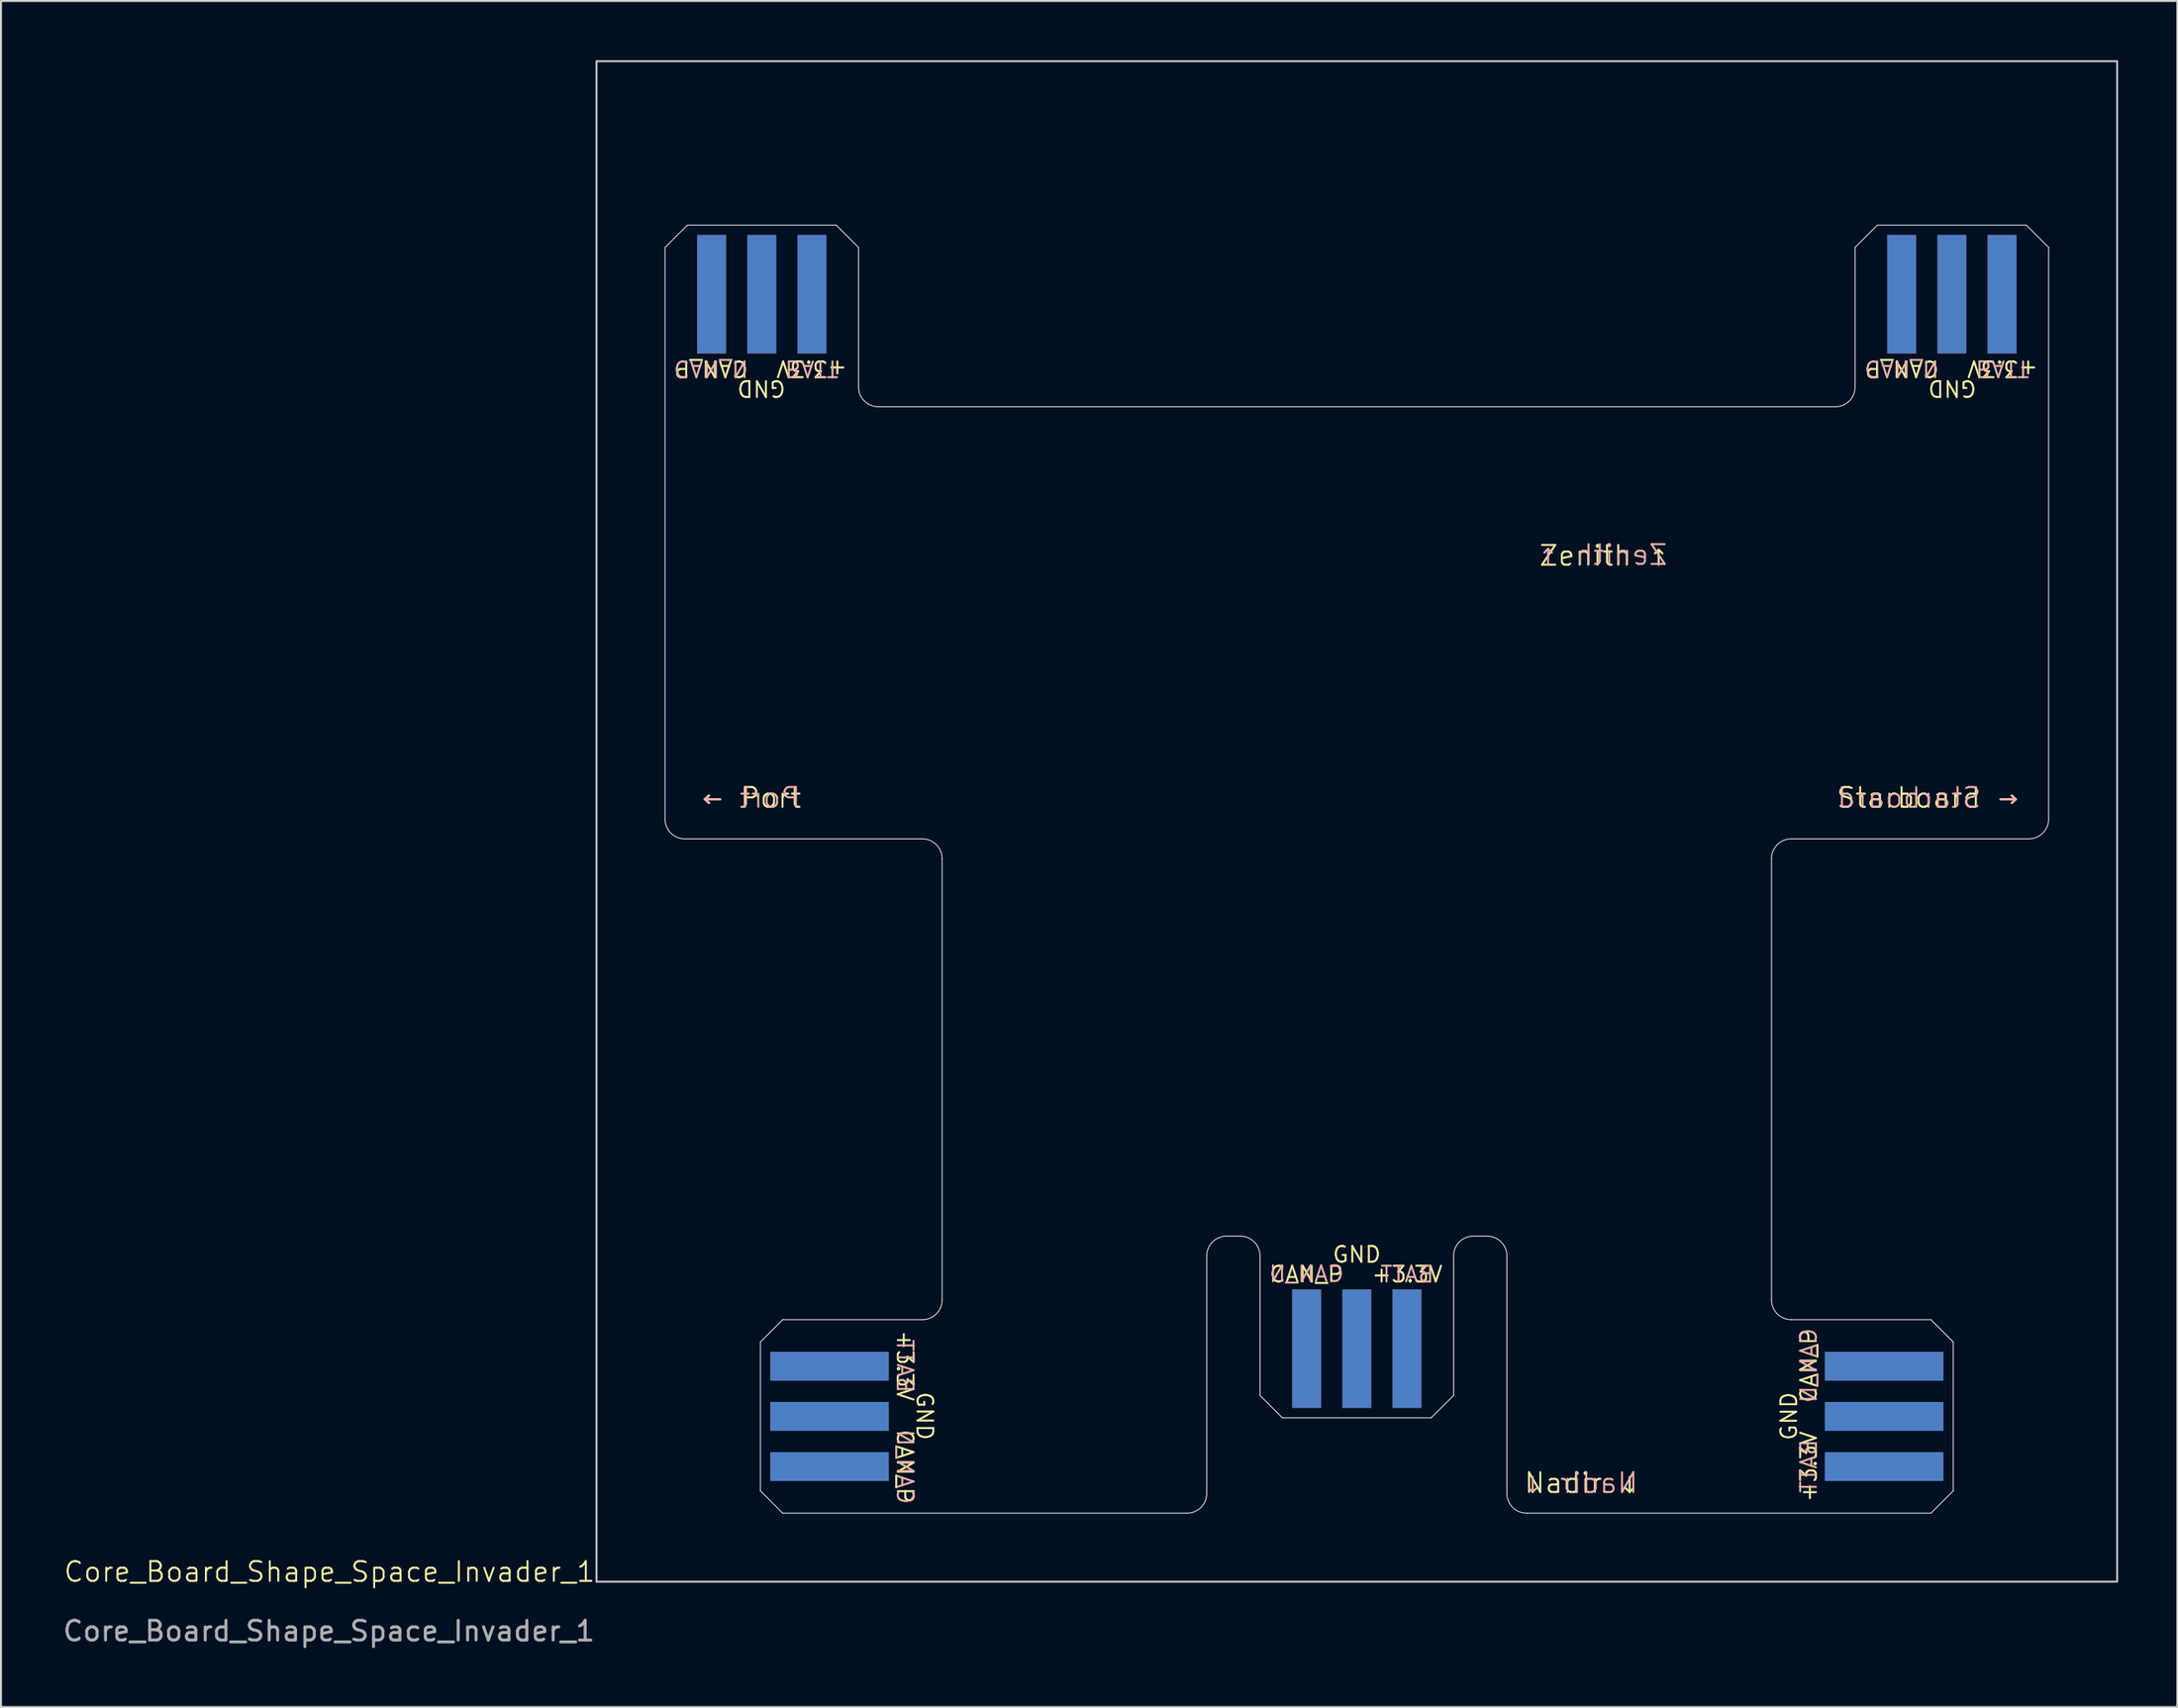
<source format=kicad_pcb>
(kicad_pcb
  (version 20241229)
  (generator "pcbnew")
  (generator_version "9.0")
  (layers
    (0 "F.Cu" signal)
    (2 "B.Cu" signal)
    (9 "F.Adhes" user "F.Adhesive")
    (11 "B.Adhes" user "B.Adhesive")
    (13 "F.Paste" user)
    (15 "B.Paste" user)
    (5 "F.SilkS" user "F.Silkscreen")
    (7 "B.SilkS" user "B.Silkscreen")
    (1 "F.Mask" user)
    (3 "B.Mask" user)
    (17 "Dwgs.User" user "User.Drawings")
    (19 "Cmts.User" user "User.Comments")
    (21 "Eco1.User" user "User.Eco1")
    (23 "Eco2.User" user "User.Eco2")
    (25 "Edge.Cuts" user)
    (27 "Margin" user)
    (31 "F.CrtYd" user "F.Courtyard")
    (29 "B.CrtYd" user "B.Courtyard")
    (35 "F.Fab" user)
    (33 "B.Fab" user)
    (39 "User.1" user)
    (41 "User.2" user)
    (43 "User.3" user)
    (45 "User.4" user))
  (footprint "Core_Board_Shape_Space_Invader_1"
    (layer "F.Cu")
    (at 27.155 77.05)
    (property "Reference" "Core_Board_Shape_Space_Invader_1" (at 0 -0.5 0) (unlocked yes) (layer "F.SilkS") (effects (font (size 1 1) (thickness 0.1)) (justify right)))
    (attr smd)
    (fp_rect (start 0 0) (end 77 -77) (stroke (width 0.1) (type default)) (fill no) (layer "Dwgs.User"))
    (fp_line (start 3.47 -67.57) (end 3.47 -38.62) (stroke (width 0.05) (type default)) (layer "Edge.Cuts"))
    (fp_line (start 4.47 -37.62) (end 16.5 -37.62) (stroke (width 0.05) (type default)) (layer "Edge.Cuts"))
    (fp_line (start 4.6 -68.7) (end 3.47 -67.57) (stroke (width 0.05) (type default)) (layer "Edge.Cuts"))
    (fp_line (start 8.3 -12.14) (end 8.3 -4.6) (stroke (width 0.05) (type default)) (layer "Edge.Cuts"))
    (fp_line (start 8.3 -12.14) (end 9.43 -13.27) (stroke (width 0.05) (type default)) (layer "Edge.Cuts"))
    (fp_line (start 9.43 -3.47) (end 8.3 -4.6) (stroke (width 0.05) (type default)) (layer "Edge.Cuts"))
    (fp_line (start 9.43 -3.47) (end 29.9 -3.47) (stroke (width 0.05) (type default)) (layer "Edge.Cuts"))
    (fp_line (start 12.14 -68.7) (end 4.6 -68.7) (stroke (width 0.05) (type default)) (layer "Edge.Cuts"))
    (fp_line (start 12.14 -68.7) (end 13.27 -67.57) (stroke (width 0.05) (type default)) (layer "Edge.Cuts"))
    (fp_line (start 13.27 -60.5) (end 13.27 -67.57) (stroke (width 0.05) (type default)) (layer "Edge.Cuts"))
    (fp_line (start 16.5 -13.27) (end 9.43 -13.27) (stroke (width 0.05) (type default)) (layer "Edge.Cuts"))
    (fp_line (start 17.5 -36.62) (end 17.5 -14.27) (stroke (width 0.05) (type default)) (layer "Edge.Cuts"))
    (fp_line (start 30.9 -4.47) (end 30.9 -16.5) (stroke (width 0.05) (type default)) (layer "Edge.Cuts"))
    (fp_line (start 31.9 -17.5) (end 32.6 -17.5) (stroke (width 0.05) (type default)) (layer "Edge.Cuts"))
    (fp_line (start 33.6 -16.5) (end 33.6 -9.43) (stroke (width 0.05) (type default)) (layer "Edge.Cuts"))
    (fp_line (start 34.73 -8.3) (end 33.6 -9.43) (stroke (width 0.05) (type default)) (layer "Edge.Cuts"))
    (fp_line (start 34.73 -8.3) (end 42.26 -8.3) (stroke (width 0.05) (type default)) (layer "Edge.Cuts"))
    (fp_line (start 43.4 -9.43) (end 42.26 -8.3) (stroke (width 0.05) (type default)) (layer "Edge.Cuts"))
    (fp_line (start 43.4 -9.43) (end 43.4 -16.5) (stroke (width 0.05) (type default)) (layer "Edge.Cuts"))
    (fp_line (start 44.4 -17.5) (end 45.1 -17.5) (stroke (width 0.05) (type default)) (layer "Edge.Cuts"))
    (fp_line (start 46.1 -16.5) (end 46.1 -4.47) (stroke (width 0.05) (type default)) (layer "Edge.Cuts"))
    (fp_line (start 47.1 -3.47) (end 67.57 -3.47) (stroke (width 0.05) (type default)) (layer "Edge.Cuts"))
    (fp_line (start 59.5 -14.27) (end 59.5 -36.62) (stroke (width 0.05) (type default)) (layer "Edge.Cuts"))
    (fp_line (start 60.5 -37.62) (end 72.53 -37.62) (stroke (width 0.05) (type default)) (layer "Edge.Cuts"))
    (fp_line (start 62.73 -59.5) (end 14.27 -59.5) (stroke (width 0.05) (type default)) (layer "Edge.Cuts"))
    (fp_line (start 63.73 -67.57) (end 63.73 -60.5) (stroke (width 0.05) (type default)) (layer "Edge.Cuts"))
    (fp_line (start 64.86 -68.7) (end 63.73 -67.57) (stroke (width 0.05) (type default)) (layer "Edge.Cuts"))
    (fp_line (start 67.57 -13.27) (end 60.5 -13.27) (stroke (width 0.05) (type default)) (layer "Edge.Cuts"))
    (fp_line (start 68.7 -12.14) (end 67.57 -13.27) (stroke (width 0.05) (type default)) (layer "Edge.Cuts"))
    (fp_line (start 68.7 -4.6) (end 67.57 -3.47) (stroke (width 0.05) (type default)) (layer "Edge.Cuts"))
    (fp_line (start 68.7 -4.6) (end 68.7 -12.14) (stroke (width 0.05) (type default)) (layer "Edge.Cuts"))
    (fp_line (start 72.4 -68.7) (end 64.86 -68.7) (stroke (width 0.05) (type default)) (layer "Edge.Cuts"))
    (fp_line (start 72.4 -68.7) (end 73.53 -67.57) (stroke (width 0.05) (type default)) (layer "Edge.Cuts"))
    (fp_line (start 73.53 -38.62) (end 73.53 -67.57) (stroke (width 0.05) (type default)) (layer "Edge.Cuts"))
    (fp_arc (start 4.47 -37.62) (mid 3.762893 -37.912893) (end 3.47 -38.62) (stroke (width 0.05) (type default)) (layer "Edge.Cuts"))
    (fp_arc (start 14.27 -59.5) (mid 13.562893 -59.792893) (end 13.27 -60.5) (stroke (width 0.05) (type default)) (layer "Edge.Cuts"))
    (fp_arc (start 16.5 -37.62) (mid 17.207107 -37.327107) (end 17.5 -36.62) (stroke (width 0.05) (type default)) (layer "Edge.Cuts"))
    (fp_arc (start 17.5 -14.27) (mid 17.207107 -13.562893) (end 16.5 -13.27) (stroke (width 0.05) (type default)) (layer "Edge.Cuts"))
    (fp_arc (start 30.9 -16.5) (mid 31.192893 -17.207107) (end 31.9 -17.5) (stroke (width 0.05) (type default)) (layer "Edge.Cuts"))
    (fp_arc (start 30.9 -4.47) (mid 30.607107 -3.762893) (end 29.9 -3.47) (stroke (width 0.05) (type default)) (layer "Edge.Cuts"))
    (fp_arc (start 32.6 -17.5) (mid 33.307107 -17.207107) (end 33.6 -16.5) (stroke (width 0.05) (type default)) (layer "Edge.Cuts"))
    (fp_arc (start 43.4 -16.5) (mid 43.692893 -17.207107) (end 44.4 -17.5) (stroke (width 0.05) (type default)) (layer "Edge.Cuts"))
    (fp_arc (start 45.1 -17.5) (mid 45.807107 -17.207107) (end 46.1 -16.5) (stroke (width 0.05) (type default)) (layer "Edge.Cuts"))
    (fp_arc (start 47.1 -3.47) (mid 46.392893 -3.762893) (end 46.1 -4.47) (stroke (width 0.05) (type default)) (layer "Edge.Cuts"))
    (fp_arc (start 59.5 -36.62) (mid 59.792893 -37.327107) (end 60.5 -37.62) (stroke (width 0.05) (type default)) (layer "Edge.Cuts"))
    (fp_arc (start 60.5 -13.27) (mid 59.792893 -13.562893) (end 59.5 -14.27) (stroke (width 0.05) (type default)) (layer "Edge.Cuts"))
    (fp_arc (start 63.73 -60.5) (mid 63.437107 -59.792893) (end 62.73 -59.5) (stroke (width 0.05) (type default)) (layer "Edge.Cuts"))
    (fp_arc (start 73.53 -38.62) (mid 73.237107 -37.912893) (end 72.53 -37.62) (stroke (width 0.05) (type default)) (layer "Edge.Cuts"))
    (fp_text user "Nadir ↓" (at 53 -5 0) (unlocked yes) (layer "F.SilkS") (effects (font (size 1 1) (thickness 0.1)) (justify right)))
    (fp_text user "CAN_P" (at 61.85 -10.93 90) (unlocked yes) (layer "F.SilkS") (effects (font (size 0.8 0.8) (thickness 0.1)) (justify bottom)))
    (fp_text user "GND" (at 16.15 -8.39 270) (unlocked yes) (layer "F.SilkS") (effects (font (size 0.8 0.8) (thickness 0.1)) (justify bottom)))
    (fp_text user "GND" (at 60.85 -8.38 90) (unlocked yes) (layer "F.SilkS") (effects (font (size 0.8 0.8) (thickness 0.1)) (justify bottom)))
    (fp_text user "Starboard →" (at 72.15 -39.7 0) (unlocked yes) (layer "F.SilkS") (effects (font (size 1 1) (thickness 0.1)) (justify right)))
    (fp_text user "CAN_P" (at 15.15 -5.84 270) (unlocked yes) (layer "F.SilkS") (effects (font (size 0.8 0.8) (thickness 0.1)) (justify bottom)))
    (fp_text user "+3.3V" (at 10.9 -61.9 180) (unlocked yes) (layer "F.SilkS") (effects (font (size 0.8 0.8) (thickness 0.1)) (justify bottom)))
    (fp_text user "Zenith ↑" (at 54.47 -51.96 0) (unlocked yes) (layer "F.SilkS") (effects (font (size 1 1) (thickness 0.1)) (justify right)))
    (fp_text user "+3.3V" (at 15.15 -10.94 270) (unlocked yes) (layer "F.SilkS") (effects (font (size 0.8 0.8) (thickness 0.1)) (justify bottom)))
    (fp_text user "+3.3V" (at 71.2 -61.9 180) (unlocked yes) (layer "F.SilkS") (effects (font (size 0.8 0.8) (thickness 0.1)) (justify bottom)))
    (fp_text user "CAN_P" (at 35.95 -15.1 0) (unlocked yes) (layer "F.SilkS") (effects (font (size 0.8 0.8) (thickness 0.1)) (justify bottom)))
    (fp_text user "CAN_P" (at 66.1 -61.9 180) (unlocked yes) (layer "F.SilkS") (effects (font (size 0.8 0.8) (thickness 0.1)) (justify bottom)))
    (fp_text user "GND" (at 68.65 -60.9 180) (unlocked yes) (layer "F.SilkS") (effects (font (size 0.8 0.8) (thickness 0.1)) (justify bottom)))
    (fp_text user "← Port" (at 5.21 -39.7 0) (unlocked yes) (layer "F.SilkS") (effects (font (size 1 1) (thickness 0.1)) (justify left)))
    (fp_text user "+3.3V" (at 61.85 -5.83 90) (unlocked yes) (layer "F.SilkS") (effects (font (size 0.8 0.8) (thickness 0.1)) (justify bottom)))
    (fp_text user "GND" (at 38.5 -16.1 0) (unlocked yes) (layer "F.SilkS") (effects (font (size 0.8 0.8) (thickness 0.1)) (justify bottom)))
    (fp_text user "GND" (at 8.35 -60.9 180) (unlocked yes) (layer "F.SilkS") (effects (font (size 0.8 0.8) (thickness 0.1)) (justify bottom)))
    (fp_text user "+3.3V" (at 41.05 -15.1 0) (unlocked yes) (layer "F.SilkS") (effects (font (size 0.8 0.8) (thickness 0.1)) (justify bottom)))
    (fp_text user "CAN_P" (at 5.8 -61.9 180) (unlocked yes) (layer "F.SilkS") (effects (font (size 0.8 0.8) (thickness 0.1)) (justify bottom)))
    (fp_text user "CAN_N" (at 15.15 -5.82 270) (unlocked yes) (layer "B.SilkS") (effects (font (size 0.8 0.8) (thickness 0.1)) (justify bottom mirror)))
    (fp_text user "← Starboard" (at 62.76 -39.7 0) (unlocked yes) (layer "B.SilkS") (effects (font (size 1 1) (thickness 0.1)) (justify right mirror)))
    (fp_text user "BATT" (at 41.05 -15.1 0) (unlocked yes) (layer "B.SilkS") (effects (font (size 0.8 0.8) (thickness 0.1)) (justify bottom mirror)))
    (fp_text user "CAN_N" (at 61.85 -10.95 90) (unlocked yes) (layer "B.SilkS") (effects (font (size 0.8 0.8) (thickness 0.1)) (justify bottom mirror)))
    (fp_text user "BATT" (at 71.19 -61.9 180) (unlocked yes) (layer "B.SilkS") (effects (font (size 0.8 0.8) (thickness 0.1)) (justify bottom mirror)))
    (fp_text user "CAN_N" (at 35.95 -15.12 0) (unlocked yes) (layer "B.SilkS") (effects (font (size 0.8 0.8) (thickness 0.1)) (justify bottom mirror)))
    (fp_text user "BATT" (at 10.9 -61.9 180) (unlocked yes) (layer "B.SilkS") (effects (font (size 0.8 0.8) (thickness 0.1)) (justify bottom mirror)))
    (fp_text user "Nadir ↓" (at 46.72 -5 0) (unlocked yes) (layer "B.SilkS") (effects (font (size 1 1) (thickness 0.1)) (justify right mirror)))
    (fp_text user "Zenith ↑" (at 47.5 -52 0) (unlocked yes) (layer "B.SilkS") (effects (font (size 1 1) (thickness 0.1)) (justify right mirror)))
    (fp_text user "CAN_N" (at 5.8 -61.9 180) (unlocked yes) (layer "B.SilkS") (effects (font (size 0.8 0.8) (thickness 0.1)) (justify bottom mirror)))
    (fp_text user "BATT" (at 15.15 -10.92 270) (unlocked yes) (layer "B.SilkS") (effects (font (size 0.8 0.8) (thickness 0.1)) (justify bottom mirror)))
    (fp_text user "CAN_N" (at 66.09 -61.9 180) (unlocked yes) (layer "B.SilkS") (effects (font (size 0.8 0.8) (thickness 0.1)) (justify bottom mirror)))
    (fp_text user "BATT" (at 61.85 -5.85 90) (unlocked yes) (layer "B.SilkS") (effects (font (size 0.8 0.8) (thickness 0.1)) (justify bottom mirror)))
    (fp_text user "Port →" (at 10.4 -39.7 0) (unlocked yes) (layer "B.SilkS") (effects (font (size 1 1) (thickness 0.1)) (justify left mirror)))
    (fp_text user "${REFERENCE}" (at 0 2.5 0) (unlocked yes) (layer "F.Fab") (effects (font (size 1 1) (thickness 0.15)) (justify right)))
    (pad "1" smd rect (at 35.96 -11.8) (size 1.46 6) (layers "F.Cu" "F.Mask" "F.Paste"))
    (pad "2" smd rect (at 35.96 -11.8) (size 1.46 6) (layers "B.Cu" "B.Mask" "B.Paste"))
    (pad "3" smd rect (at 38.5 -11.8) (size 1.46 6) (layers "F.Cu" "F.Mask" "F.Paste"))
    (pad "4" smd rect (at 38.5 -11.8) (size 1.46 6) (layers "B.Cu" "B.Mask" "B.Paste"))
    (pad "5" smd rect (at 41.04 -11.8) (size 1.46 6) (layers "F.Cu" "F.Mask" "F.Paste"))
    (pad "6" smd rect (at 41.04 -11.8) (size 1.46 6) (layers "B.Cu" "B.Mask" "B.Paste"))
    (pad "7" smd rect (at 65.2 -5.83 90) (size 1.46 6) (layers "F.Cu" "F.Mask" "F.Paste"))
    (pad "8" smd rect (at 65.2 -5.83 90) (size 1.46 6) (layers "B.Cu" "B.Mask" "B.Paste"))
    (pad "9" smd rect (at 65.2 -8.37 90) (size 1.46 6) (layers "F.Cu" "F.Mask" "F.Paste"))
    (pad "10" smd rect (at 65.2 -8.37 90) (size 1.46 6) (layers "B.Cu" "B.Mask" "B.Paste"))
    (pad "11" smd rect (at 65.2 -10.91 90) (size 1.46 6) (layers "F.Cu" "F.Mask" "F.Paste"))
    (pad "12" smd rect (at 65.2 -10.91 90) (size 1.46 6) (layers "B.Cu" "B.Mask" "B.Paste"))
    (pad "13" smd rect (at 71.17 -65.2) (size 1.46 6) (layers "F.Cu" "F.Mask" "F.Paste"))
    (pad "14" smd rect (at 71.17 -65.2) (size 1.46 6) (layers "B.Cu" "B.Mask" "B.Paste"))
    (pad "15" smd rect (at 68.63 -65.2) (size 1.46 6) (layers "F.Cu" "F.Mask" "F.Paste"))
    (pad "16" smd rect (at 68.63 -65.2) (size 1.46 6) (layers "B.Cu" "B.Mask" "B.Paste"))
    (pad "17" smd rect (at 66.09 -65.2) (size 1.46 6) (layers "F.Cu" "F.Mask" "F.Paste"))
    (pad "18" smd rect (at 66.09 -65.2) (size 1.46 6) (layers "B.Cu" "B.Mask" "B.Paste"))
    (pad "19" smd rect (at 10.91 -65.2) (size 1.46 6) (layers "F.Cu" "F.Mask" "F.Paste"))
    (pad "20" smd rect (at 10.91 -65.2) (size 1.46 6) (layers "B.Cu" "B.Mask" "B.Paste"))
    (pad "21" smd rect (at 8.37 -65.2) (size 1.46 6) (layers "F.Cu" "F.Mask" "F.Paste"))
    (pad "22" smd rect (at 8.37 -65.2) (size 1.46 6) (layers "B.Cu" "B.Mask" "B.Paste"))
    (pad "23" smd rect (at 5.83 -65.2) (size 1.46 6) (layers "F.Cu" "F.Mask" "F.Paste"))
    (pad "24" smd rect (at 5.83 -65.2) (size 1.46 6) (layers "B.Cu" "B.Mask" "B.Paste"))
    (pad "25" smd rect (at 11.8 -10.91 90) (size 1.46 6) (layers "F.Cu" "F.Mask" "F.Paste"))
    (pad "26" smd rect (at 11.8 -10.91 90) (size 1.46 6) (layers "B.Cu" "B.Mask" "B.Paste"))
    (pad "27" smd rect (at 11.8 -8.37 90) (size 1.46 6) (layers "F.Cu" "F.Mask" "F.Paste"))
    (pad "28" smd rect (at 11.8 -8.37 90) (size 1.46 6) (layers "B.Cu" "B.Mask" "B.Paste"))
    (pad "29" smd rect (at 11.8 -5.83 90) (size 1.46 6) (layers "F.Cu" "F.Mask" "F.Paste"))
    (pad "30" smd rect (at 11.8 -5.83 90) (size 1.46 6) (layers "B.Cu" "B.Mask" "B.Paste")))
  (gr_rect
    (start -3 -3)
    (end 107.205 83.398)
    (stroke (width 0.1) (type default))
    (fill no)
    (layer "Edge.Cuts")))
</source>
